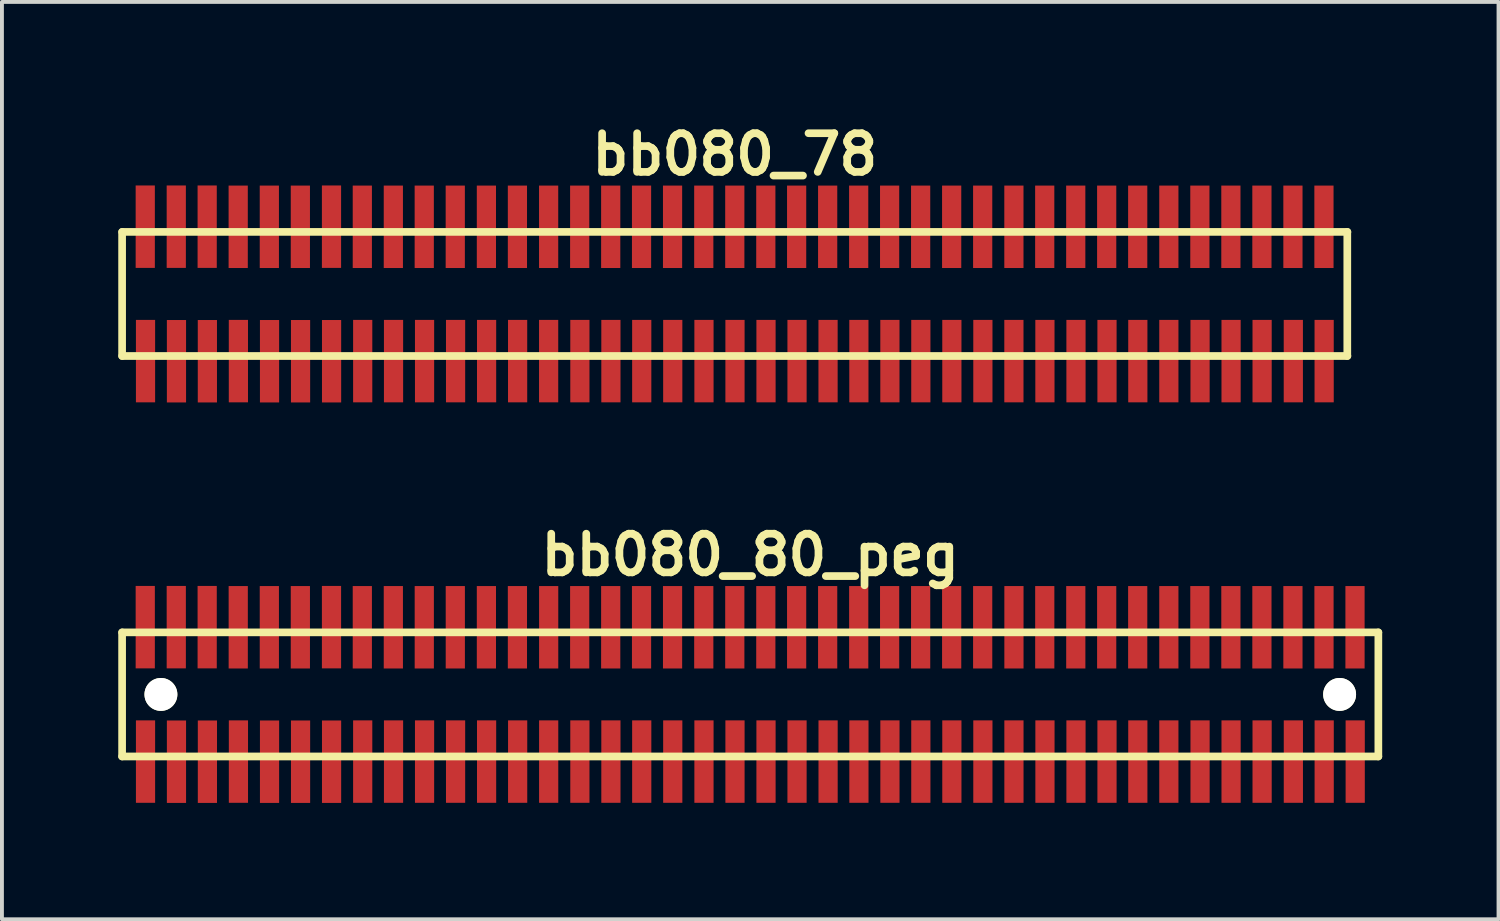
<source format=kicad_pcb>
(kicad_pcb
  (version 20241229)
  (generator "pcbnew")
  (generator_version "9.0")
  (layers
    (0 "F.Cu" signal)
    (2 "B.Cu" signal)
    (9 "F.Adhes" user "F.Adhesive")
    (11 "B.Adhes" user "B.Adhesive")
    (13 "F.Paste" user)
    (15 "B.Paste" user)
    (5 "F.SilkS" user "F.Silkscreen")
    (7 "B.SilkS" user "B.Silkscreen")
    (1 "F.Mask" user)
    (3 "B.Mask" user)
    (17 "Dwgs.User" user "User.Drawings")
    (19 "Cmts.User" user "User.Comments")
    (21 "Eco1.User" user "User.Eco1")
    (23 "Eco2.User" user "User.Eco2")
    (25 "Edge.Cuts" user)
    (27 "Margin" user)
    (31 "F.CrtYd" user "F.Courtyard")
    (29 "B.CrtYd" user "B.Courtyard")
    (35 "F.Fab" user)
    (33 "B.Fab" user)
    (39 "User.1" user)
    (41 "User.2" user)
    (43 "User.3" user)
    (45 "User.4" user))
  (footprint "bb080_78"
    (layer "F.Cu")
    (at 15.9 4.531)
    (property "Reference" "bb080_78" (at 0 -3.599 0) (layer "F.SilkS") (effects (font (size 0.998 0.998) (thickness 0.198))))
    (attr smd)
    (fp_line (start -15.801 -1.6) (end -15.801 1.6) (stroke (width 0.198) (type solid)) (layer "F.SilkS"))
    (fp_line (start -15.799 1.6) (end 15.799 1.6) (stroke (width 0.198) (type solid)) (layer "F.SilkS"))
    (fp_line (start 15.796 1.6) (end 15.796 -1.6) (stroke (width 0.198) (type solid)) (layer "F.SilkS"))
    (fp_line (start 15.799 -1.6) (end -15.799 -1.6) (stroke (width 0.198) (type solid)) (layer "F.SilkS"))
    (pad "1" smd rect (at -15.197 1.732) (size 0.495 2.126) (layers "F.Cu" "F.Mask" "F.Paste"))
    (pad "2" smd rect (at -15.204 -1.735) (size 0.495 2.126) (layers "F.Cu" "F.Mask" "F.Paste"))
    (pad "3" smd rect (at -14.399 1.735) (size 0.495 2.126) (layers "F.Cu" "F.Mask" "F.Paste"))
    (pad "4" smd rect (at -14.404 -1.735) (size 0.495 2.126) (layers "F.Cu" "F.Mask" "F.Paste"))
    (pad "5" smd rect (at -13.602 1.735) (size 0.495 2.126) (layers "F.Cu" "F.Mask" "F.Paste"))
    (pad "6" smd rect (at -13.607 -1.735) (size 0.495 2.126) (layers "F.Cu" "F.Mask" "F.Paste"))
    (pad "7" smd rect (at -12.802 1.732) (size 0.495 2.126) (layers "F.Cu" "F.Mask" "F.Paste"))
    (pad "8" smd rect (at -12.807 -1.732) (size 0.495 2.126) (layers "F.Cu" "F.Mask" "F.Paste"))
    (pad "9" smd rect (at -11.999 1.735) (size 0.495 2.126) (layers "F.Cu" "F.Mask" "F.Paste"))
    (pad "10" smd rect (at -12.004 -1.732) (size 0.495 2.126) (layers "F.Cu" "F.Mask" "F.Paste"))
    (pad "11" smd rect (at -11.199 1.735) (size 0.495 2.126) (layers "F.Cu" "F.Mask" "F.Paste"))
    (pad "12" smd rect (at -11.204 -1.732) (size 0.495 2.126) (layers "F.Cu" "F.Mask" "F.Paste"))
    (pad "13" smd rect (at -10.399 1.735) (size 0.495 2.126) (layers "F.Cu" "F.Mask" "F.Paste"))
    (pad "14" smd rect (at -10.401 -1.735) (size 0.495 2.126) (layers "F.Cu" "F.Mask" "F.Paste"))
    (pad "15" smd rect (at -9.596 1.732) (size 0.495 2.126) (layers "F.Cu" "F.Mask" "F.Paste"))
    (pad "16" smd rect (at -9.606 -1.732) (size 0.495 2.126) (layers "F.Cu" "F.Mask" "F.Paste"))
    (pad "17" smd rect (at -8.801 1.732) (size 0.495 2.126) (layers "F.Cu" "F.Mask" "F.Paste"))
    (pad "18" smd rect (at -8.806 -1.732) (size 0.495 2.126) (layers "F.Cu" "F.Mask" "F.Paste"))
    (pad "19" smd rect (at -8.001 1.732) (size 0.495 2.126) (layers "F.Cu" "F.Mask" "F.Paste"))
    (pad "20" smd rect (at -8.009 -1.732) (size 0.495 2.126) (layers "F.Cu" "F.Mask" "F.Paste"))
    (pad "21" smd rect (at -7.201 1.732) (size 0.495 2.126) (layers "F.Cu" "F.Mask" "F.Paste"))
    (pad "22" smd rect (at -7.209 -1.732) (size 0.495 2.126) (layers "F.Cu" "F.Mask" "F.Paste"))
    (pad "23" smd rect (at -6.401 1.732) (size 0.495 2.126) (layers "F.Cu" "F.Mask" "F.Paste"))
    (pad "24" smd rect (at -6.406 -1.732) (size 0.495 2.126) (layers "F.Cu" "F.Mask" "F.Paste"))
    (pad "25" smd rect (at -5.601 1.732) (size 0.495 2.126) (layers "F.Cu" "F.Mask" "F.Paste"))
    (pad "26" smd rect (at -5.606 -1.732) (size 0.495 2.126) (layers "F.Cu" "F.Mask" "F.Paste"))
    (pad "27" smd rect (at -4.801 1.732) (size 0.495 2.126) (layers "F.Cu" "F.Mask" "F.Paste"))
    (pad "28" smd rect (at -4.801 -1.732) (size 0.495 2.126) (layers "F.Cu" "F.Mask" "F.Paste"))
    (pad "29" smd rect (at -3.995 1.732) (size 0.495 2.126) (layers "F.Cu" "F.Mask" "F.Paste"))
    (pad "30" smd rect (at -4 -1.732) (size 0.495 2.126) (layers "F.Cu" "F.Mask" "F.Paste"))
    (pad "31" smd rect (at -3.195 1.732) (size 0.495 2.126) (layers "F.Cu" "F.Mask" "F.Paste"))
    (pad "32" smd rect (at -3.2 -1.732) (size 0.495 2.126) (layers "F.Cu" "F.Mask" "F.Paste"))
    (pad "33" smd rect (at -2.4 1.732) (size 0.495 2.126) (layers "F.Cu" "F.Mask" "F.Paste"))
    (pad "34" smd rect (at -2.405 -1.732) (size 0.495 2.126) (layers "F.Cu" "F.Mask" "F.Paste"))
    (pad "35" smd rect (at -1.6 1.732) (size 0.495 2.126) (layers "F.Cu" "F.Mask" "F.Paste"))
    (pad "36" smd rect (at -1.605 -1.732) (size 0.495 2.126) (layers "F.Cu" "F.Mask" "F.Paste"))
    (pad "37" smd rect (at -0.795 1.732) (size 0.495 2.126) (layers "F.Cu" "F.Mask" "F.Paste"))
    (pad "38" smd rect (at -0.8 -1.732) (size 0.495 2.126) (layers "F.Cu" "F.Mask" "F.Paste"))
    (pad "39" smd rect (at 0.005 1.732) (size 0.495 2.126) (layers "F.Cu" "F.Mask" "F.Paste"))
    (pad "40" smd rect (at 0 -1.732) (size 0.495 2.126) (layers "F.Cu" "F.Mask" "F.Paste"))
    (pad "41" smd rect (at 0.805 1.732) (size 0.495 2.126) (layers "F.Cu" "F.Mask" "F.Paste"))
    (pad "42" smd rect (at 0.8 -1.732) (size 0.495 2.126) (layers "F.Cu" "F.Mask" "F.Paste"))
    (pad "43" smd rect (at 1.605 1.732) (size 0.495 2.126) (layers "F.Cu" "F.Mask" "F.Paste"))
    (pad "44" smd rect (at 1.595 -1.732) (size 0.495 2.126) (layers "F.Cu" "F.Mask" "F.Paste"))
    (pad "45" smd rect (at 2.405 1.732) (size 0.495 2.126) (layers "F.Cu" "F.Mask" "F.Paste"))
    (pad "46" smd rect (at 2.395 -1.732) (size 0.495 2.126) (layers "F.Cu" "F.Mask" "F.Paste"))
    (pad "47" smd rect (at 3.2 1.732) (size 0.495 2.126) (layers "F.Cu" "F.Mask" "F.Paste"))
    (pad "48" smd rect (at 3.195 -1.732) (size 0.495 2.126) (layers "F.Cu" "F.Mask" "F.Paste"))
    (pad "49" smd rect (at 4 1.732) (size 0.495 2.126) (layers "F.Cu" "F.Mask" "F.Paste"))
    (pad "50" smd rect (at 3.993 -1.732) (size 0.495 2.126) (layers "F.Cu" "F.Mask" "F.Paste"))
    (pad "51" smd rect (at 4.798 1.732) (size 0.495 2.126) (layers "F.Cu" "F.Mask" "F.Paste"))
    (pad "52" smd rect (at 4.793 -1.732) (size 0.495 2.126) (layers "F.Cu" "F.Mask" "F.Paste"))
    (pad "53" smd rect (at 5.598 1.732) (size 0.495 2.126) (layers "F.Cu" "F.Mask" "F.Paste"))
    (pad "54" smd rect (at 5.593 -1.732) (size 0.495 2.126) (layers "F.Cu" "F.Mask" "F.Paste"))
    (pad "55" smd rect (at 6.398 1.732) (size 0.495 2.126) (layers "F.Cu" "F.Mask" "F.Paste"))
    (pad "56" smd rect (at 6.393 -1.732) (size 0.495 2.126) (layers "F.Cu" "F.Mask" "F.Paste"))
    (pad "57" smd rect (at 7.198 1.732) (size 0.495 2.126) (layers "F.Cu" "F.Mask" "F.Paste"))
    (pad "58" smd rect (at 7.198 -1.732) (size 0.495 2.126) (layers "F.Cu" "F.Mask" "F.Paste"))
    (pad "59" smd rect (at 7.998 1.732) (size 0.495 2.126) (layers "F.Cu" "F.Mask" "F.Paste"))
    (pad "60" smd rect (at 7.993 -1.732) (size 0.495 2.126) (layers "F.Cu" "F.Mask" "F.Paste"))
    (pad "61" smd rect (at 8.799 1.732) (size 0.495 2.126) (layers "F.Cu" "F.Mask" "F.Paste"))
    (pad "62" smd rect (at 8.793 -1.732) (size 0.495 2.126) (layers "F.Cu" "F.Mask" "F.Paste"))
    (pad "63" smd rect (at 9.599 1.732) (size 0.495 2.126) (layers "F.Cu" "F.Mask" "F.Paste"))
    (pad "64" smd rect (at 9.591 -1.732) (size 0.495 2.126) (layers "F.Cu" "F.Mask" "F.Paste"))
    (pad "65" smd rect (at 10.394 1.732) (size 0.495 2.126) (layers "F.Cu" "F.Mask" "F.Paste"))
    (pad "66" smd rect (at 10.391 -1.732) (size 0.495 2.126) (layers "F.Cu" "F.Mask" "F.Paste"))
    (pad "67" smd rect (at 11.194 1.732) (size 0.495 2.126) (layers "F.Cu" "F.Mask" "F.Paste"))
    (pad "68" smd rect (at 11.194 -1.732) (size 0.495 2.126) (layers "F.Cu" "F.Mask" "F.Paste"))
    (pad "69" smd rect (at 11.999 1.732) (size 0.495 2.126) (layers "F.Cu" "F.Mask" "F.Paste"))
    (pad "70" smd rect (at 11.994 -1.732) (size 0.495 2.126) (layers "F.Cu" "F.Mask" "F.Paste"))
    (pad "71" smd rect (at 12.799 1.732) (size 0.495 2.126) (layers "F.Cu" "F.Mask" "F.Paste"))
    (pad "72" smd rect (at 12.794 -1.732) (size 0.495 2.126) (layers "F.Cu" "F.Mask" "F.Paste"))
    (pad "73" smd rect (at 13.599 1.732) (size 0.495 2.126) (layers "F.Cu" "F.Mask" "F.Paste"))
    (pad "74" smd rect (at 13.594 -1.732) (size 0.495 2.126) (layers "F.Cu" "F.Mask" "F.Paste"))
    (pad "75" smd rect (at 14.404 1.732) (size 0.495 2.126) (layers "F.Cu" "F.Mask" "F.Paste"))
    (pad "76" smd rect (at 14.394 -1.732) (size 0.495 2.126) (layers "F.Cu" "F.Mask" "F.Paste"))
    (pad "77" smd rect (at 15.199 1.732) (size 0.495 2.126) (layers "F.Cu" "F.Mask" "F.Paste"))
    (pad "78" smd rect (at 15.194 -1.732) (size 0.495 2.126) (layers "F.Cu" "F.Mask" "F.Paste")))
  (footprint "bb080_80_peg"
    (layer "F.Cu")
    (at 16.299 14.859)
    (property "Reference" "bb080_80_peg" (at 0 -3.599 0) (layer "F.SilkS") (effects (font (size 0.998 0.998) (thickness 0.198))))
    (attr smd)
    (fp_line (start -16.2 -1.6) (end -16.2 1.6) (stroke (width 0.198) (type solid)) (layer "F.SilkS"))
    (fp_line (start -16.2 1.6) (end 16.198 1.6) (stroke (width 0.198) (type solid)) (layer "F.SilkS"))
    (fp_line (start 16.198 -1.6) (end -16.2 -1.6) (stroke (width 0.198) (type solid)) (layer "F.SilkS"))
    (fp_line (start 16.198 1.6) (end 16.198 -1.6) (stroke (width 0.198) (type solid)) (layer "F.SilkS"))
    (pad "" np_thru_hole circle (at -15.199 0) (size 0.848 0.848) (drill 0.848) (layers "*.Cu" "*.Mask" "F.SilkS"))
    (pad "" np_thru_hole circle (at 15.199 0) (size 0.848 0.848) (drill 0.848) (layers "*.Cu" "*.Mask" "F.SilkS"))
    (pad "1" smd rect (at -15.596 1.732) (size 0.495 2.126) (layers "F.Cu" "F.Mask" "F.Paste"))
    (pad "2" smd rect (at -15.603 -1.735) (size 0.495 2.126) (layers "F.Cu" "F.Mask" "F.Paste"))
    (pad "3" smd rect (at -14.798 1.735) (size 0.495 2.126) (layers "F.Cu" "F.Mask" "F.Paste"))
    (pad "4" smd rect (at -14.803 -1.735) (size 0.495 2.126) (layers "F.Cu" "F.Mask" "F.Paste"))
    (pad "5" smd rect (at -14 1.735) (size 0.495 2.126) (layers "F.Cu" "F.Mask" "F.Paste"))
    (pad "6" smd rect (at -14.006 -1.735) (size 0.495 2.126) (layers "F.Cu" "F.Mask" "F.Paste"))
    (pad "7" smd rect (at -13.2 1.732) (size 0.495 2.126) (layers "F.Cu" "F.Mask" "F.Paste"))
    (pad "8" smd rect (at -13.205 -1.732) (size 0.495 2.126) (layers "F.Cu" "F.Mask" "F.Paste"))
    (pad "9" smd rect (at -12.398 1.735) (size 0.495 2.126) (layers "F.Cu" "F.Mask" "F.Paste"))
    (pad "10" smd rect (at -12.403 -1.732) (size 0.495 2.126) (layers "F.Cu" "F.Mask" "F.Paste"))
    (pad "11" smd rect (at -11.598 1.735) (size 0.495 2.126) (layers "F.Cu" "F.Mask" "F.Paste"))
    (pad "12" smd rect (at -11.603 -1.732) (size 0.495 2.126) (layers "F.Cu" "F.Mask" "F.Paste"))
    (pad "13" smd rect (at -10.798 1.735) (size 0.495 2.126) (layers "F.Cu" "F.Mask" "F.Paste"))
    (pad "14" smd rect (at -10.8 -1.735) (size 0.495 2.126) (layers "F.Cu" "F.Mask" "F.Paste"))
    (pad "15" smd rect (at -9.995 1.732) (size 0.495 2.126) (layers "F.Cu" "F.Mask" "F.Paste"))
    (pad "16" smd rect (at -10.005 -1.732) (size 0.495 2.126) (layers "F.Cu" "F.Mask" "F.Paste"))
    (pad "17" smd rect (at -9.2 1.732) (size 0.495 2.126) (layers "F.Cu" "F.Mask" "F.Paste"))
    (pad "18" smd rect (at -9.205 -1.732) (size 0.495 2.126) (layers "F.Cu" "F.Mask" "F.Paste"))
    (pad "19" smd rect (at -8.4 1.732) (size 0.495 2.126) (layers "F.Cu" "F.Mask" "F.Paste"))
    (pad "20" smd rect (at -8.407 -1.732) (size 0.495 2.126) (layers "F.Cu" "F.Mask" "F.Paste"))
    (pad "21" smd rect (at -7.6 1.732) (size 0.495 2.126) (layers "F.Cu" "F.Mask" "F.Paste"))
    (pad "22" smd rect (at -7.607 -1.732) (size 0.495 2.126) (layers "F.Cu" "F.Mask" "F.Paste"))
    (pad "23" smd rect (at -6.8 1.732) (size 0.495 2.126) (layers "F.Cu" "F.Mask" "F.Paste"))
    (pad "24" smd rect (at -6.805 -1.732) (size 0.495 2.126) (layers "F.Cu" "F.Mask" "F.Paste"))
    (pad "25" smd rect (at -5.999 1.732) (size 0.495 2.126) (layers "F.Cu" "F.Mask" "F.Paste"))
    (pad "26" smd rect (at -6.005 -1.732) (size 0.495 2.126) (layers "F.Cu" "F.Mask" "F.Paste"))
    (pad "27" smd rect (at -5.199 1.732) (size 0.495 2.126) (layers "F.Cu" "F.Mask" "F.Paste"))
    (pad "28" smd rect (at -5.199 -1.732) (size 0.495 2.126) (layers "F.Cu" "F.Mask" "F.Paste"))
    (pad "29" smd rect (at -4.394 1.732) (size 0.495 2.126) (layers "F.Cu" "F.Mask" "F.Paste"))
    (pad "30" smd rect (at -4.399 -1.732) (size 0.495 2.126) (layers "F.Cu" "F.Mask" "F.Paste"))
    (pad "31" smd rect (at -3.594 1.732) (size 0.495 2.126) (layers "F.Cu" "F.Mask" "F.Paste"))
    (pad "32" smd rect (at -3.599 -1.732) (size 0.495 2.126) (layers "F.Cu" "F.Mask" "F.Paste"))
    (pad "33" smd rect (at -2.799 1.732) (size 0.495 2.126) (layers "F.Cu" "F.Mask" "F.Paste"))
    (pad "34" smd rect (at -2.804 -1.732) (size 0.495 2.126) (layers "F.Cu" "F.Mask" "F.Paste"))
    (pad "35" smd rect (at -1.999 1.732) (size 0.495 2.126) (layers "F.Cu" "F.Mask" "F.Paste"))
    (pad "36" smd rect (at -2.004 -1.732) (size 0.495 2.126) (layers "F.Cu" "F.Mask" "F.Paste"))
    (pad "37" smd rect (at -1.194 1.732) (size 0.495 2.126) (layers "F.Cu" "F.Mask" "F.Paste"))
    (pad "38" smd rect (at -1.199 -1.732) (size 0.495 2.126) (layers "F.Cu" "F.Mask" "F.Paste"))
    (pad "39" smd rect (at -0.394 1.732) (size 0.495 2.126) (layers "F.Cu" "F.Mask" "F.Paste"))
    (pad "40" smd rect (at -0.399 -1.732) (size 0.495 2.126) (layers "F.Cu" "F.Mask" "F.Paste"))
    (pad "41" smd rect (at 0.406 1.732) (size 0.495 2.126) (layers "F.Cu" "F.Mask" "F.Paste"))
    (pad "42" smd rect (at 0.401 -1.732) (size 0.495 2.126) (layers "F.Cu" "F.Mask" "F.Paste"))
    (pad "43" smd rect (at 1.206 1.732) (size 0.495 2.126) (layers "F.Cu" "F.Mask" "F.Paste"))
    (pad "44" smd rect (at 1.196 -1.732) (size 0.495 2.126) (layers "F.Cu" "F.Mask" "F.Paste"))
    (pad "45" smd rect (at 2.007 1.732) (size 0.495 2.126) (layers "F.Cu" "F.Mask" "F.Paste"))
    (pad "46" smd rect (at 1.996 -1.732) (size 0.495 2.126) (layers "F.Cu" "F.Mask" "F.Paste"))
    (pad "47" smd rect (at 2.802 1.732) (size 0.495 2.126) (layers "F.Cu" "F.Mask" "F.Paste"))
    (pad "48" smd rect (at 2.797 -1.732) (size 0.495 2.126) (layers "F.Cu" "F.Mask" "F.Paste"))
    (pad "49" smd rect (at 3.602 1.732) (size 0.495 2.126) (layers "F.Cu" "F.Mask" "F.Paste"))
    (pad "50" smd rect (at 3.594 -1.732) (size 0.495 2.126) (layers "F.Cu" "F.Mask" "F.Paste"))
    (pad "51" smd rect (at 4.399 1.732) (size 0.495 2.126) (layers "F.Cu" "F.Mask" "F.Paste"))
    (pad "52" smd rect (at 4.394 -1.732) (size 0.495 2.126) (layers "F.Cu" "F.Mask" "F.Paste"))
    (pad "53" smd rect (at 5.199 1.732) (size 0.495 2.126) (layers "F.Cu" "F.Mask" "F.Paste"))
    (pad "54" smd rect (at 5.194 -1.732) (size 0.495 2.126) (layers "F.Cu" "F.Mask" "F.Paste"))
    (pad "55" smd rect (at 5.999 1.732) (size 0.495 2.126) (layers "F.Cu" "F.Mask" "F.Paste"))
    (pad "56" smd rect (at 5.994 -1.732) (size 0.495 2.126) (layers "F.Cu" "F.Mask" "F.Paste"))
    (pad "57" smd rect (at 6.8 1.732) (size 0.495 2.126) (layers "F.Cu" "F.Mask" "F.Paste"))
    (pad "58" smd rect (at 6.8 -1.732) (size 0.495 2.126) (layers "F.Cu" "F.Mask" "F.Paste"))
    (pad "59" smd rect (at 7.6 1.732) (size 0.495 2.126) (layers "F.Cu" "F.Mask" "F.Paste"))
    (pad "60" smd rect (at 7.595 -1.732) (size 0.495 2.126) (layers "F.Cu" "F.Mask" "F.Paste"))
    (pad "61" smd rect (at 8.4 1.732) (size 0.495 2.126) (layers "F.Cu" "F.Mask" "F.Paste"))
    (pad "62" smd rect (at 8.395 -1.732) (size 0.495 2.126) (layers "F.Cu" "F.Mask" "F.Paste"))
    (pad "63" smd rect (at 9.2 1.732) (size 0.495 2.126) (layers "F.Cu" "F.Mask" "F.Paste"))
    (pad "64" smd rect (at 9.192 -1.732) (size 0.495 2.126) (layers "F.Cu" "F.Mask" "F.Paste"))
    (pad "65" smd rect (at 9.995 1.732) (size 0.495 2.126) (layers "F.Cu" "F.Mask" "F.Paste"))
    (pad "66" smd rect (at 9.992 -1.732) (size 0.495 2.126) (layers "F.Cu" "F.Mask" "F.Paste"))
    (pad "67" smd rect (at 10.795 1.732) (size 0.495 2.126) (layers "F.Cu" "F.Mask" "F.Paste"))
    (pad "68" smd rect (at 10.795 -1.732) (size 0.495 2.126) (layers "F.Cu" "F.Mask" "F.Paste"))
    (pad "69" smd rect (at 11.6 1.732) (size 0.495 2.126) (layers "F.Cu" "F.Mask" "F.Paste"))
    (pad "70" smd rect (at 11.595 -1.732) (size 0.495 2.126) (layers "F.Cu" "F.Mask" "F.Paste"))
    (pad "71" smd rect (at 12.4 1.732) (size 0.495 2.126) (layers "F.Cu" "F.Mask" "F.Paste"))
    (pad "72" smd rect (at 12.395 -1.732) (size 0.495 2.126) (layers "F.Cu" "F.Mask" "F.Paste"))
    (pad "73" smd rect (at 13.2 1.732) (size 0.495 2.126) (layers "F.Cu" "F.Mask" "F.Paste"))
    (pad "74" smd rect (at 13.195 -1.732) (size 0.495 2.126) (layers "F.Cu" "F.Mask" "F.Paste"))
    (pad "75" smd rect (at 14.006 1.732) (size 0.495 2.126) (layers "F.Cu" "F.Mask" "F.Paste"))
    (pad "76" smd rect (at 13.995 -1.732) (size 0.495 2.126) (layers "F.Cu" "F.Mask" "F.Paste"))
    (pad "77" smd rect (at 14.801 1.732) (size 0.495 2.126) (layers "F.Cu" "F.Mask" "F.Paste"))
    (pad "78" smd rect (at 14.796 -1.732) (size 0.495 2.126) (layers "F.Cu" "F.Mask" "F.Paste"))
    (pad "79" smd rect (at 15.601 1.732) (size 0.495 2.126) (layers "F.Cu" "F.Mask" "F.Paste"))
    (pad "80" smd rect (at 15.596 -1.732) (size 0.495 2.126) (layers "F.Cu" "F.Mask" "F.Paste")))
  (gr_rect
    (start -3 -3)
    (end 35.596 20.657)
    (stroke (width 0.1) (type default))
    (fill no)
    (layer "Edge.Cuts")))
</source>
